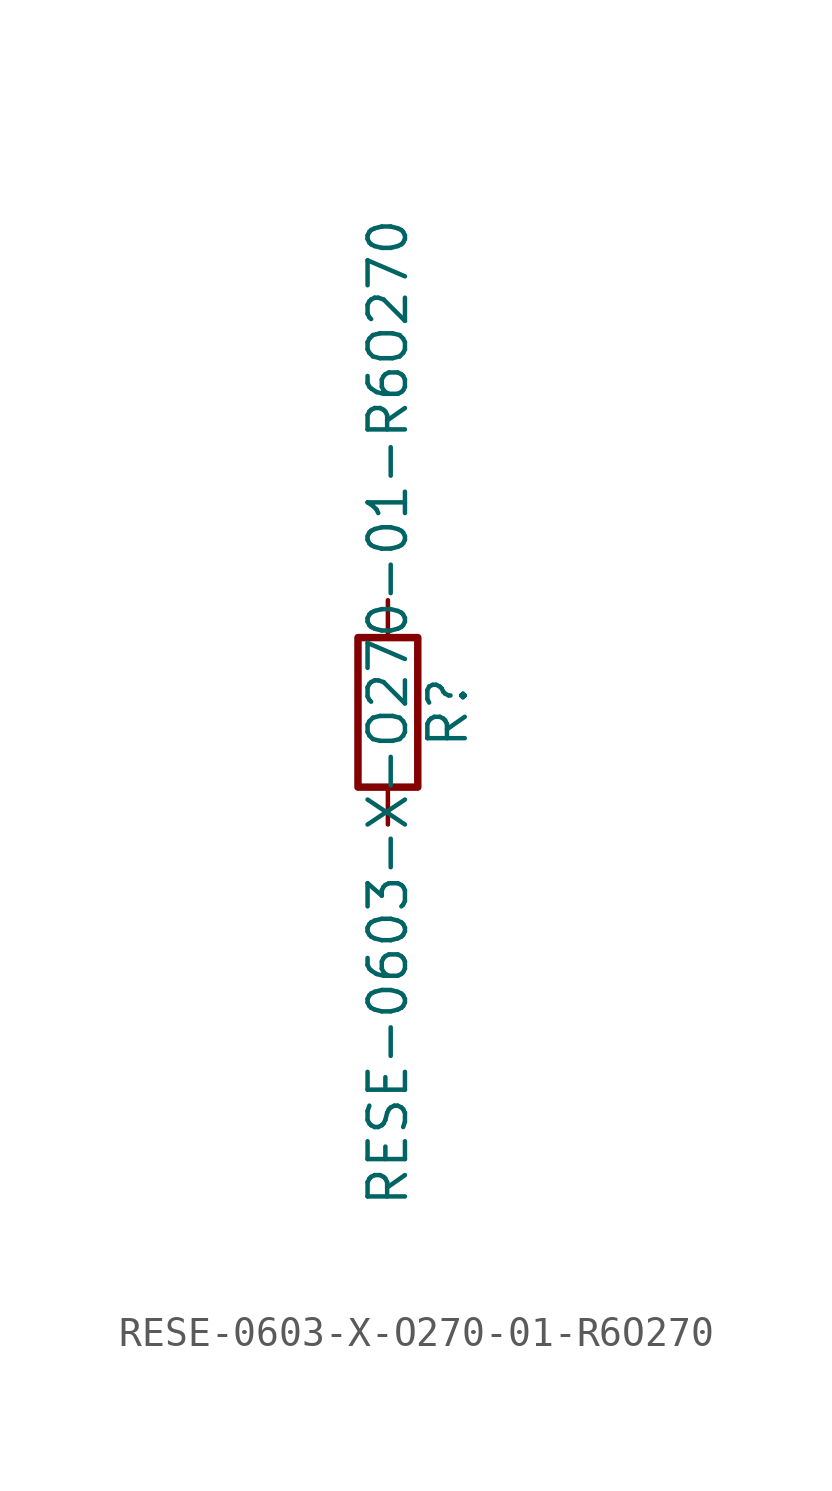
<source format=kicad_sym>
(kicad_symbol_lib
  (version 20211014)
  (generator kicad_symbol_editor)
  (symbol "RESE-0603-X-O270-01-R6O270"
    (pin_numbers hide)
    (pin_names
      (offset 0))
    (property "Reference" "R"
      (at 2.032 0 90)
      (effects (font (size 1.27 1.27))))
    (property "Value" "RESE-0603-X-O270-01-R6O270"
      (at 0 0 90)
      (effects (font (size 1.27 1.27))))
    (symbol "RESE-0603-X-O270-01-R6O270_0_1"
      (rectangle (start -1.016 -2.54) (end 1.016 2.54) (stroke (width 0.254) (type default) (color 0 0 0 0)) (fill (type none))))
    (symbol "RESE-0603-X-O270-01-R6O270_1_1"
      (pin passive line (at 0 3.81 270) (length 1.27) (name "~" (effects (font (size 1.27 1.27)))) (number "1" (effects (font (size 1.27 1.27)))))
      (pin passive line (at 0 -3.81 90) (length 1.27) (name "~" (effects (font (size 1.27 1.27)))) (number "2" (effects (font (size 1.27 1.27))))))))
</source>
